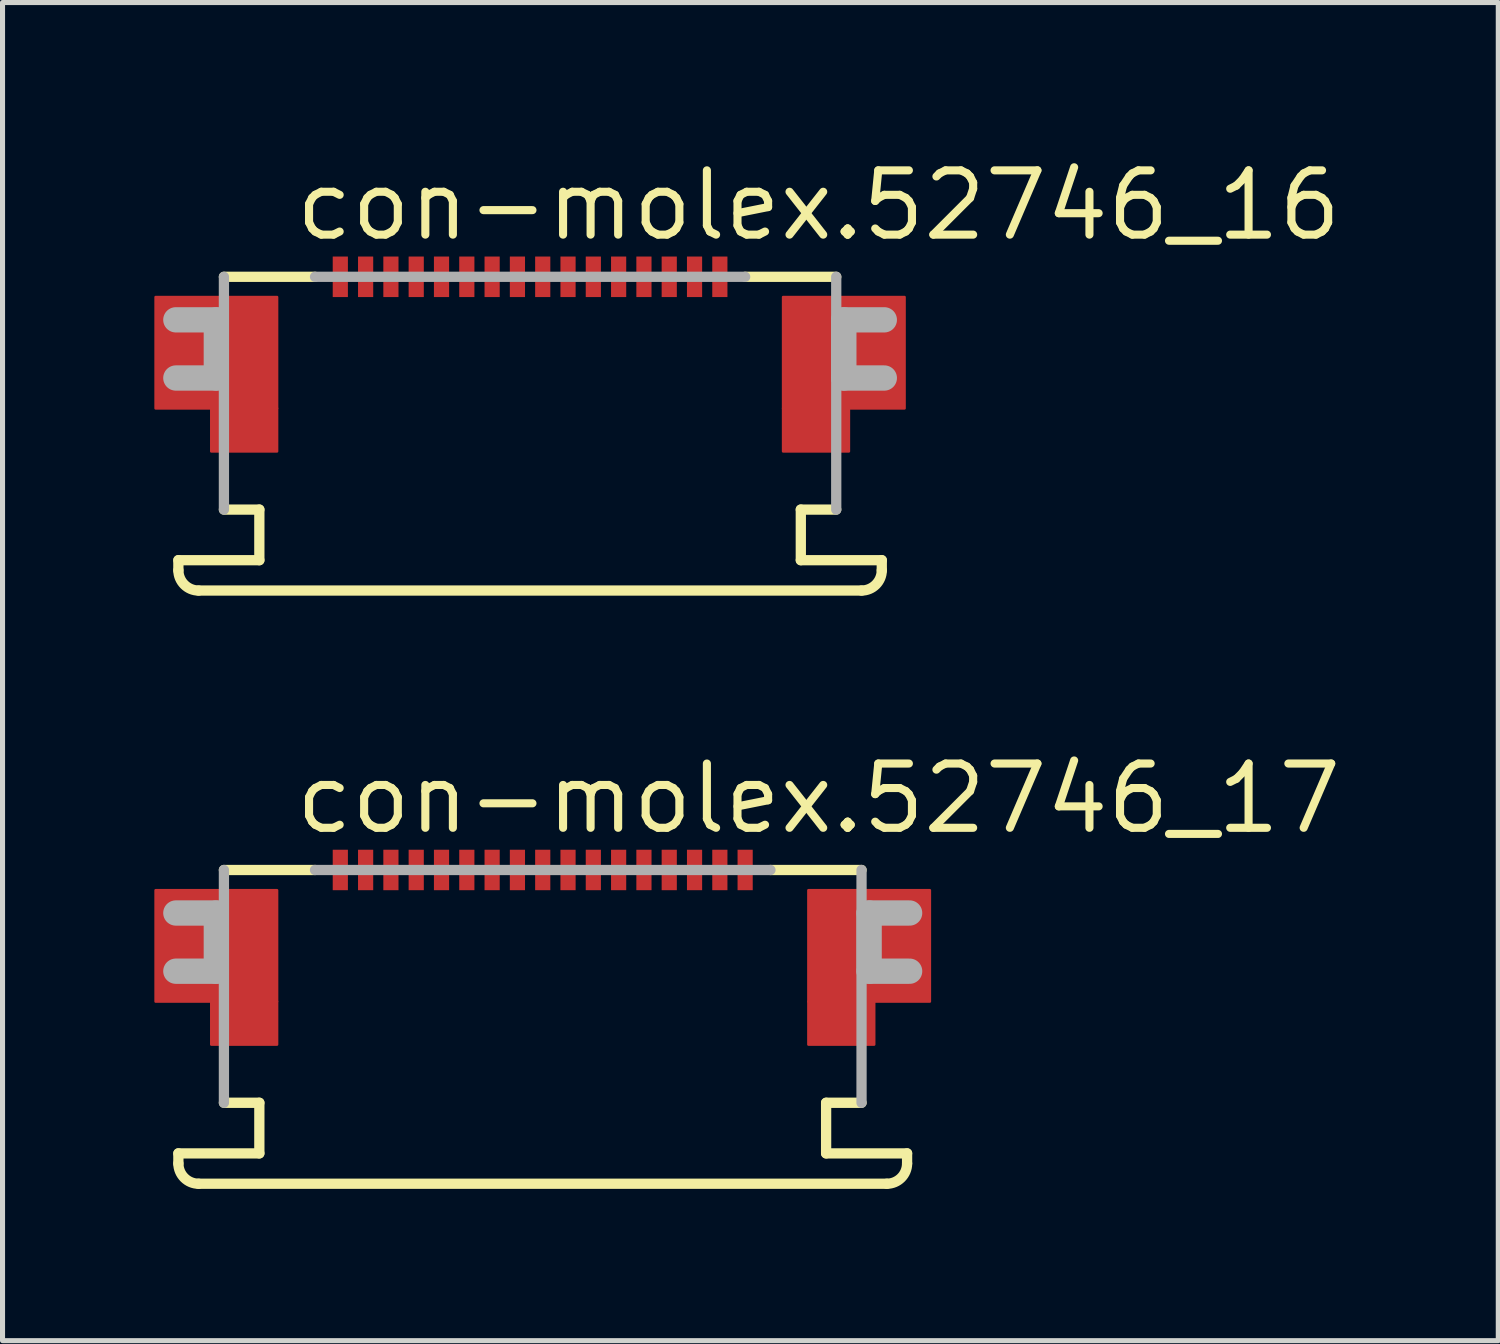
<source format=kicad_pcb>
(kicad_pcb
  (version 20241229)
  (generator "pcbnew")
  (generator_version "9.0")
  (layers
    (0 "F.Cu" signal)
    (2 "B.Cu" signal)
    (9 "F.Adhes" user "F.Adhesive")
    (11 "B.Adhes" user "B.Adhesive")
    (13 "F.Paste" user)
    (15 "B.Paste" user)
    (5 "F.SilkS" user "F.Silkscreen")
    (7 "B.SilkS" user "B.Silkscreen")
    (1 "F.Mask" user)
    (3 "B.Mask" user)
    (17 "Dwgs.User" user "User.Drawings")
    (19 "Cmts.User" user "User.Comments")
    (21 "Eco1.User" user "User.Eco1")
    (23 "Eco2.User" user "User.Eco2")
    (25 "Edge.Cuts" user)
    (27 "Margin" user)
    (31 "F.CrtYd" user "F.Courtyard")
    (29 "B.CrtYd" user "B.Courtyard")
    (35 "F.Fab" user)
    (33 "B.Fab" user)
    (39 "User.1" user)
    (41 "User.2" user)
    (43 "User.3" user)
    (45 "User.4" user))
  (footprint "con-molex.52746_16"
    (layer "F.Cu")
    (at 7.425 3.02)
    (property "Reference" "con-molex.52746_16" (at -4.715 -1.27 0) (layer "F.SilkS") (effects (font (size 1.27 1.27) (thickness 0.16)) (justify left bottom)))
    (attr smd)
    (fp_rect (start -7.4 2) (end -5 -0.2) (stroke (width 0.05) (type default)) (fill yes) (layer "F.Cu"))
    (fp_rect (start -6.3 2.85) (end -5 2) (stroke (width 0.05) (type default)) (fill yes) (layer "F.Cu"))
    (fp_rect (start 5 2) (end 7.4 -0.2) (stroke (width 0.05) (type default)) (fill yes) (layer "F.Cu"))
    (fp_rect (start 5 2.85) (end 6.3 2) (stroke (width 0.05) (type default)) (fill yes) (layer "F.Cu"))
    (fp_rect (start -7.4 2) (end -5 -0.2) (stroke (width 0.05) (type default)) (fill yes) (layer "F.Mask"))
    (fp_rect (start -6.3 2.85) (end -5 2) (stroke (width 0.05) (type default)) (fill yes) (layer "F.Mask"))
    (fp_rect (start -3.925 -0.175) (end -3.575 -1.025) (stroke (width 0.05) (type default)) (fill yes) (layer "F.Mask"))
    (fp_rect (start -3.425 -0.175) (end -3.075 -1.025) (stroke (width 0.05) (type default)) (fill yes) (layer "F.Mask"))
    (fp_rect (start -2.925 -0.175) (end -2.575 -1.025) (stroke (width 0.05) (type default)) (fill yes) (layer "F.Mask"))
    (fp_rect (start -2.425 -0.175) (end -2.075 -1.025) (stroke (width 0.05) (type default)) (fill yes) (layer "F.Mask"))
    (fp_rect (start -1.925 -0.175) (end -1.575 -1.025) (stroke (width 0.05) (type default)) (fill yes) (layer "F.Mask"))
    (fp_rect (start -1.425 -0.175) (end -1.075 -1.025) (stroke (width 0.05) (type default)) (fill yes) (layer "F.Mask"))
    (fp_rect (start -0.925 -0.175) (end -0.575 -1.025) (stroke (width 0.05) (type default)) (fill yes) (layer "F.Mask"))
    (fp_rect (start -0.425 -0.175) (end -0.075 -1.025) (stroke (width 0.05) (type default)) (fill yes) (layer "F.Mask"))
    (fp_rect (start 0.075 -0.175) (end 0.425 -1.025) (stroke (width 0.05) (type default)) (fill yes) (layer "F.Mask"))
    (fp_rect (start 0.575 -0.175) (end 0.925 -1.025) (stroke (width 0.05) (type default)) (fill yes) (layer "F.Mask"))
    (fp_rect (start 1.075 -0.175) (end 1.425 -1.025) (stroke (width 0.05) (type default)) (fill yes) (layer "F.Mask"))
    (fp_rect (start 1.575 -0.175) (end 1.925 -1.025) (stroke (width 0.05) (type default)) (fill yes) (layer "F.Mask"))
    (fp_rect (start 2.075 -0.175) (end 2.425 -1.025) (stroke (width 0.05) (type default)) (fill yes) (layer "F.Mask"))
    (fp_rect (start 2.575 -0.175) (end 2.925 -1.025) (stroke (width 0.05) (type default)) (fill yes) (layer "F.Mask"))
    (fp_rect (start 3.075 -0.175) (end 3.425 -1.025) (stroke (width 0.05) (type default)) (fill yes) (layer "F.Mask"))
    (fp_rect (start 3.575 -0.175) (end 3.925 -1.025) (stroke (width 0.05) (type default)) (fill yes) (layer "F.Mask"))
    (fp_rect (start 5 2) (end 7.4 -0.2) (stroke (width 0.05) (type default)) (fill yes) (layer "F.Mask"))
    (fp_rect (start 5 2.85) (end 6.3 2) (stroke (width 0.05) (type default)) (fill yes) (layer "F.Mask"))
    (fp_line (start -6.95 5) (end -5.35 5) (stroke (width 0.203) (type default)) (layer "F.SilkS"))
    (fp_line (start -6.95 5.2) (end -6.95 5) (stroke (width 0.203) (type default)) (layer "F.SilkS"))
    (fp_line (start -6.05 -0.6) (end -4.25 -0.6) (stroke (width 0.203) (type default)) (layer "F.SilkS"))
    (fp_line (start -5.35 4) (end -6.05 4) (stroke (width 0.203) (type default)) (layer "F.SilkS"))
    (fp_line (start -5.35 5) (end -5.35 4) (stroke (width 0.203) (type default)) (layer "F.SilkS"))
    (fp_line (start 4.25 -0.6) (end 6.05 -0.6) (stroke (width 0.203) (type default)) (layer "F.SilkS"))
    (fp_line (start 5.35 4) (end 5.35 5) (stroke (width 0.203) (type default)) (layer "F.SilkS"))
    (fp_line (start 5.35 5) (end 6.95 5) (stroke (width 0.203) (type default)) (layer "F.SilkS"))
    (fp_line (start 6.05 4) (end 5.35 4) (stroke (width 0.203) (type default)) (layer "F.SilkS"))
    (fp_line (start 6.55 5.6) (end -6.55 5.6) (stroke (width 0.203) (type default)) (layer "F.SilkS"))
    (fp_line (start 6.95 5) (end 6.95 5.2) (stroke (width 0.203) (type default)) (layer "F.SilkS"))
    (fp_arc (start -6.55 5.6) (mid -6.832843 5.482843) (end -6.95 5.2) (stroke (width 0.2032) (type default)) (layer "F.SilkS"))
    (fp_arc (start 6.95 5.2) (mid 6.832843 5.482843) (end 6.55 5.6) (stroke (width 0.2032) (type default)) (layer "F.SilkS"))
    (fp_rect (start -7.275 1.9) (end -5.1 -0.075) (stroke (width 0.05) (type default)) (fill yes) (layer "F.Paste"))
    (fp_rect (start -6.2 2.75) (end -5.1 1.9) (stroke (width 0.05) (type default)) (fill yes) (layer "F.Paste"))
    (fp_rect (start 5.1 1.9) (end 7.275 -0.075) (stroke (width 0.05) (type default)) (fill yes) (layer "F.Paste"))
    (fp_rect (start 5.1 2.75) (end 6.2 1.9) (stroke (width 0.05) (type default)) (fill yes) (layer "F.Paste"))
    (fp_line (start -7 0.25) (end -6.2 0.25) (stroke (width 0.5) (type default)) (layer "F.Fab"))
    (fp_line (start -6.2 0.25) (end -6.2 1.4) (stroke (width 0.5) (type default)) (layer "F.Fab"))
    (fp_line (start -6.2 1.4) (end -7 1.4) (stroke (width 0.5) (type default)) (layer "F.Fab"))
    (fp_line (start -6.05 4) (end -6.05 -0.6) (stroke (width 0.203) (type default)) (layer "F.Fab"))
    (fp_line (start -4.25 -0.6) (end 4.25 -0.6) (stroke (width 0.203) (type default)) (layer "F.Fab"))
    (fp_line (start 6.05 -0.6) (end 6.05 4) (stroke (width 0.203) (type default)) (layer "F.Fab"))
    (fp_line (start 6.2 0.25) (end 7 0.25) (stroke (width 0.5) (type default)) (layer "F.Fab"))
    (fp_line (start 6.2 1.4) (end 6.2 0.25) (stroke (width 0.5) (type default)) (layer "F.Fab"))
    (fp_line (start 7 1.4) (end 6.2 1.4) (stroke (width 0.5) (type default)) (layer "F.Fab"))
    (pad "1" smd roundrect (at -3.75 -0.6) (size 0.3 0.8) (layers "F.Cu" "F.Mask" "F.Paste") (roundrect_rratio 0.01))
    (pad "2" smd roundrect (at -3.25 -0.6) (size 0.3 0.8) (layers "F.Cu" "F.Mask" "F.Paste") (roundrect_rratio 0.01))
    (pad "3" smd roundrect (at -2.75 -0.6) (size 0.3 0.8) (layers "F.Cu" "F.Mask" "F.Paste") (roundrect_rratio 0.01))
    (pad "4" smd roundrect (at -2.25 -0.6) (size 0.3 0.8) (layers "F.Cu" "F.Mask" "F.Paste") (roundrect_rratio 0.01))
    (pad "5" smd roundrect (at -1.75 -0.6) (size 0.3 0.8) (layers "F.Cu" "F.Mask" "F.Paste") (roundrect_rratio 0.01))
    (pad "6" smd roundrect (at -1.25 -0.6) (size 0.3 0.8) (layers "F.Cu" "F.Mask" "F.Paste") (roundrect_rratio 0.01))
    (pad "7" smd roundrect (at -0.75 -0.6) (size 0.3 0.8) (layers "F.Cu" "F.Mask" "F.Paste") (roundrect_rratio 0.01))
    (pad "8" smd roundrect (at -0.25 -0.6) (size 0.3 0.8) (layers "F.Cu" "F.Mask" "F.Paste") (roundrect_rratio 0.01))
    (pad "9" smd roundrect (at 0.25 -0.6) (size 0.3 0.8) (layers "F.Cu" "F.Mask" "F.Paste") (roundrect_rratio 0.01))
    (pad "10" smd roundrect (at 0.75 -0.6) (size 0.3 0.8) (layers "F.Cu" "F.Mask" "F.Paste") (roundrect_rratio 0.01))
    (pad "11" smd roundrect (at 1.25 -0.6) (size 0.3 0.8) (layers "F.Cu" "F.Mask" "F.Paste") (roundrect_rratio 0.01))
    (pad "12" smd roundrect (at 1.75 -0.6) (size 0.3 0.8) (layers "F.Cu" "F.Mask" "F.Paste") (roundrect_rratio 0.01))
    (pad "13" smd roundrect (at 2.25 -0.6) (size 0.3 0.8) (layers "F.Cu" "F.Mask" "F.Paste") (roundrect_rratio 0.01))
    (pad "14" smd roundrect (at 2.75 -0.6) (size 0.3 0.8) (layers "F.Cu" "F.Mask" "F.Paste") (roundrect_rratio 0.01))
    (pad "15" smd roundrect (at 3.25 -0.6) (size 0.3 0.8) (layers "F.Cu" "F.Mask" "F.Paste") (roundrect_rratio 0.01))
    (pad "16" smd roundrect (at 3.75 -0.6) (size 0.3 0.8) (layers "F.Cu" "F.Mask" "F.Paste") (roundrect_rratio 0.01)))
  (footprint "con-molex.52746_17"
    (layer "F.Cu")
    (at 7.675 14.742)
    (property "Reference" "con-molex.52746_17" (at -4.965 -1.27 0) (layer "F.SilkS") (effects (font (size 1.27 1.27) (thickness 0.16)) (justify left bottom)))
    (attr smd)
    (fp_rect (start -7.65 2) (end -5.25 -0.2) (stroke (width 0.05) (type default)) (fill yes) (layer "F.Cu"))
    (fp_rect (start -6.55 2.85) (end -5.25 2) (stroke (width 0.05) (type default)) (fill yes) (layer "F.Cu"))
    (fp_rect (start 5.25 2) (end 7.65 -0.2) (stroke (width 0.05) (type default)) (fill yes) (layer "F.Cu"))
    (fp_rect (start 5.25 2.85) (end 6.55 2) (stroke (width 0.05) (type default)) (fill yes) (layer "F.Cu"))
    (fp_rect (start -7.65 2) (end -5.25 -0.2) (stroke (width 0.05) (type default)) (fill yes) (layer "F.Mask"))
    (fp_rect (start -6.55 2.85) (end -5.25 2) (stroke (width 0.05) (type default)) (fill yes) (layer "F.Mask"))
    (fp_rect (start -4.175 -0.175) (end -3.825 -1.025) (stroke (width 0.05) (type default)) (fill yes) (layer "F.Mask"))
    (fp_rect (start -3.675 -0.175) (end -3.325 -1.025) (stroke (width 0.05) (type default)) (fill yes) (layer "F.Mask"))
    (fp_rect (start -3.175 -0.175) (end -2.825 -1.025) (stroke (width 0.05) (type default)) (fill yes) (layer "F.Mask"))
    (fp_rect (start -2.675 -0.175) (end -2.325 -1.025) (stroke (width 0.05) (type default)) (fill yes) (layer "F.Mask"))
    (fp_rect (start -2.175 -0.175) (end -1.825 -1.025) (stroke (width 0.05) (type default)) (fill yes) (layer "F.Mask"))
    (fp_rect (start -1.675 -0.175) (end -1.325 -1.025) (stroke (width 0.05) (type default)) (fill yes) (layer "F.Mask"))
    (fp_rect (start -1.175 -0.175) (end -0.825 -1.025) (stroke (width 0.05) (type default)) (fill yes) (layer "F.Mask"))
    (fp_rect (start -0.675 -0.175) (end -0.325 -1.025) (stroke (width 0.05) (type default)) (fill yes) (layer "F.Mask"))
    (fp_rect (start -0.175 -0.175) (end 0.175 -1.025) (stroke (width 0.05) (type default)) (fill yes) (layer "F.Mask"))
    (fp_rect (start 0.325 -0.175) (end 0.675 -1.025) (stroke (width 0.05) (type default)) (fill yes) (layer "F.Mask"))
    (fp_rect (start 0.825 -0.175) (end 1.175 -1.025) (stroke (width 0.05) (type default)) (fill yes) (layer "F.Mask"))
    (fp_rect (start 1.325 -0.175) (end 1.675 -1.025) (stroke (width 0.05) (type default)) (fill yes) (layer "F.Mask"))
    (fp_rect (start 1.825 -0.175) (end 2.175 -1.025) (stroke (width 0.05) (type default)) (fill yes) (layer "F.Mask"))
    (fp_rect (start 2.325 -0.175) (end 2.675 -1.025) (stroke (width 0.05) (type default)) (fill yes) (layer "F.Mask"))
    (fp_rect (start 2.825 -0.175) (end 3.175 -1.025) (stroke (width 0.05) (type default)) (fill yes) (layer "F.Mask"))
    (fp_rect (start 3.325 -0.175) (end 3.675 -1.025) (stroke (width 0.05) (type default)) (fill yes) (layer "F.Mask"))
    (fp_rect (start 3.825 -0.175) (end 4.175 -1.025) (stroke (width 0.05) (type default)) (fill yes) (layer "F.Mask"))
    (fp_rect (start 5.25 2) (end 7.65 -0.2) (stroke (width 0.05) (type default)) (fill yes) (layer "F.Mask"))
    (fp_rect (start 5.25 2.85) (end 6.55 2) (stroke (width 0.05) (type default)) (fill yes) (layer "F.Mask"))
    (fp_line (start -7.2 5) (end -5.6 5) (stroke (width 0.203) (type default)) (layer "F.SilkS"))
    (fp_line (start -7.2 5.2) (end -7.2 5) (stroke (width 0.203) (type default)) (layer "F.SilkS"))
    (fp_line (start -6.3 -0.6) (end -4.5 -0.6) (stroke (width 0.203) (type default)) (layer "F.SilkS"))
    (fp_line (start -5.6 4) (end -6.3 4) (stroke (width 0.203) (type default)) (layer "F.SilkS"))
    (fp_line (start -5.6 5) (end -5.6 4) (stroke (width 0.203) (type default)) (layer "F.SilkS"))
    (fp_line (start 4.5 -0.6) (end 6.3 -0.6) (stroke (width 0.203) (type default)) (layer "F.SilkS"))
    (fp_line (start 5.6 4) (end 5.6 5) (stroke (width 0.203) (type default)) (layer "F.SilkS"))
    (fp_line (start 5.6 5) (end 7.2 5) (stroke (width 0.203) (type default)) (layer "F.SilkS"))
    (fp_line (start 6.3 4) (end 5.6 4) (stroke (width 0.203) (type default)) (layer "F.SilkS"))
    (fp_line (start 6.8 5.6) (end -6.8 5.6) (stroke (width 0.203) (type default)) (layer "F.SilkS"))
    (fp_line (start 7.2 5) (end 7.2 5.2) (stroke (width 0.203) (type default)) (layer "F.SilkS"))
    (fp_arc (start -6.8 5.6) (mid -7.082843 5.482843) (end -7.2 5.2) (stroke (width 0.2032) (type default)) (layer "F.SilkS"))
    (fp_arc (start 7.2 5.2) (mid 7.082843 5.482843) (end 6.8 5.6) (stroke (width 0.2032) (type default)) (layer "F.SilkS"))
    (fp_rect (start -7.525 1.9) (end -5.35 -0.075) (stroke (width 0.05) (type default)) (fill yes) (layer "F.Paste"))
    (fp_rect (start -6.45 2.75) (end -5.35 1.9) (stroke (width 0.05) (type default)) (fill yes) (layer "F.Paste"))
    (fp_rect (start 5.35 1.9) (end 7.525 -0.075) (stroke (width 0.05) (type default)) (fill yes) (layer "F.Paste"))
    (fp_rect (start 5.35 2.75) (end 6.45 1.9) (stroke (width 0.05) (type default)) (fill yes) (layer "F.Paste"))
    (fp_line (start -7.25 0.25) (end -6.45 0.25) (stroke (width 0.5) (type default)) (layer "F.Fab"))
    (fp_line (start -6.45 0.25) (end -6.45 1.4) (stroke (width 0.5) (type default)) (layer "F.Fab"))
    (fp_line (start -6.45 1.4) (end -7.25 1.4) (stroke (width 0.5) (type default)) (layer "F.Fab"))
    (fp_line (start -6.3 4) (end -6.3 -0.6) (stroke (width 0.203) (type default)) (layer "F.Fab"))
    (fp_line (start -4.5 -0.6) (end 4.5 -0.6) (stroke (width 0.203) (type default)) (layer "F.Fab"))
    (fp_line (start 6.3 -0.6) (end 6.3 4) (stroke (width 0.203) (type default)) (layer "F.Fab"))
    (fp_line (start 6.45 0.25) (end 7.25 0.25) (stroke (width 0.5) (type default)) (layer "F.Fab"))
    (fp_line (start 6.45 1.4) (end 6.45 0.25) (stroke (width 0.5) (type default)) (layer "F.Fab"))
    (fp_line (start 7.25 1.4) (end 6.45 1.4) (stroke (width 0.5) (type default)) (layer "F.Fab"))
    (pad "1" smd roundrect (at -4 -0.6) (size 0.3 0.8) (layers "F.Cu" "F.Mask" "F.Paste") (roundrect_rratio 0.01))
    (pad "2" smd roundrect (at -3.5 -0.6) (size 0.3 0.8) (layers "F.Cu" "F.Mask" "F.Paste") (roundrect_rratio 0.01))
    (pad "3" smd roundrect (at -3 -0.6) (size 0.3 0.8) (layers "F.Cu" "F.Mask" "F.Paste") (roundrect_rratio 0.01))
    (pad "4" smd roundrect (at -2.5 -0.6) (size 0.3 0.8) (layers "F.Cu" "F.Mask" "F.Paste") (roundrect_rratio 0.01))
    (pad "5" smd roundrect (at -2 -0.6) (size 0.3 0.8) (layers "F.Cu" "F.Mask" "F.Paste") (roundrect_rratio 0.01))
    (pad "6" smd roundrect (at -1.5 -0.6) (size 0.3 0.8) (layers "F.Cu" "F.Mask" "F.Paste") (roundrect_rratio 0.01))
    (pad "7" smd roundrect (at -1 -0.6) (size 0.3 0.8) (layers "F.Cu" "F.Mask" "F.Paste") (roundrect_rratio 0.01))
    (pad "8" smd roundrect (at -0.5 -0.6) (size 0.3 0.8) (layers "F.Cu" "F.Mask" "F.Paste") (roundrect_rratio 0.01))
    (pad "9" smd roundrect (at 0 -0.6) (size 0.3 0.8) (layers "F.Cu" "F.Mask" "F.Paste") (roundrect_rratio 0.01))
    (pad "10" smd roundrect (at 0.5 -0.6) (size 0.3 0.8) (layers "F.Cu" "F.Mask" "F.Paste") (roundrect_rratio 0.01))
    (pad "11" smd roundrect (at 1 -0.6) (size 0.3 0.8) (layers "F.Cu" "F.Mask" "F.Paste") (roundrect_rratio 0.01))
    (pad "12" smd roundrect (at 1.5 -0.6) (size 0.3 0.8) (layers "F.Cu" "F.Mask" "F.Paste") (roundrect_rratio 0.01))
    (pad "13" smd roundrect (at 2 -0.6) (size 0.3 0.8) (layers "F.Cu" "F.Mask" "F.Paste") (roundrect_rratio 0.01))
    (pad "14" smd roundrect (at 2.5 -0.6) (size 0.3 0.8) (layers "F.Cu" "F.Mask" "F.Paste") (roundrect_rratio 0.01))
    (pad "15" smd roundrect (at 3 -0.6) (size 0.3 0.8) (layers "F.Cu" "F.Mask" "F.Paste") (roundrect_rratio 0.01))
    (pad "16" smd roundrect (at 3.5 -0.6) (size 0.3 0.8) (layers "F.Cu" "F.Mask" "F.Paste") (roundrect_rratio 0.01))
    (pad "17" smd roundrect (at 4 -0.6) (size 0.3 0.8) (layers "F.Cu" "F.Mask" "F.Paste") (roundrect_rratio 0.01)))
  (gr_rect
    (start -3 -3)
    (end 26.558 23.443)
    (stroke (width 0.1) (type default))
    (fill no)
    (layer "Edge.Cuts")))
</source>
